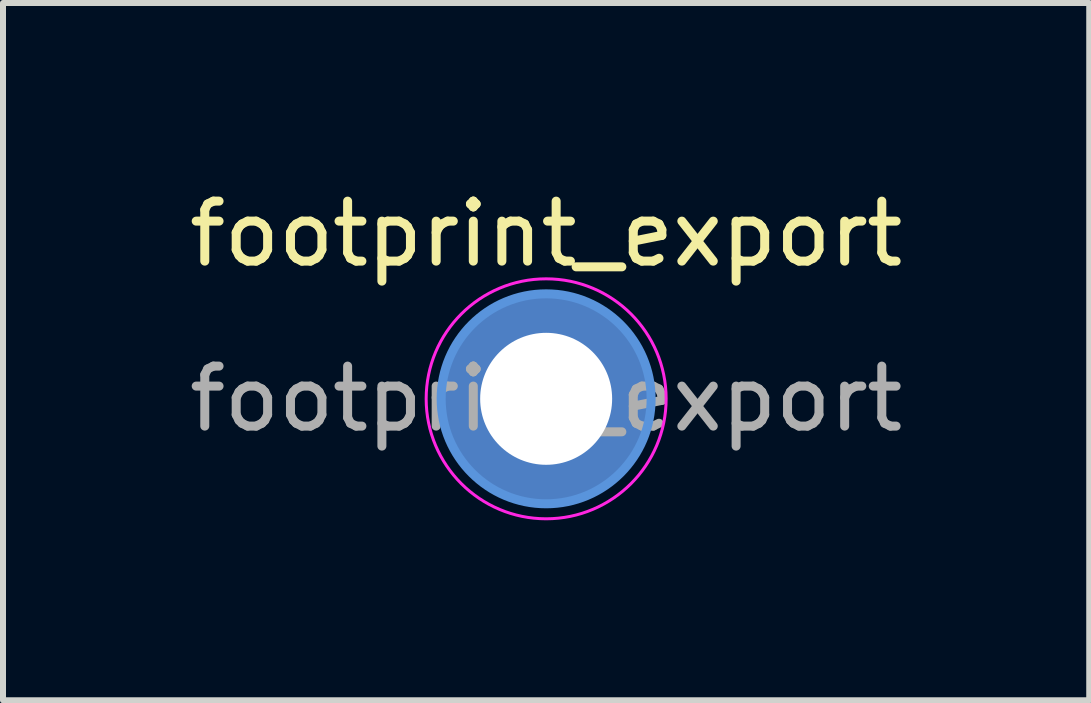
<source format=kicad_pcb>
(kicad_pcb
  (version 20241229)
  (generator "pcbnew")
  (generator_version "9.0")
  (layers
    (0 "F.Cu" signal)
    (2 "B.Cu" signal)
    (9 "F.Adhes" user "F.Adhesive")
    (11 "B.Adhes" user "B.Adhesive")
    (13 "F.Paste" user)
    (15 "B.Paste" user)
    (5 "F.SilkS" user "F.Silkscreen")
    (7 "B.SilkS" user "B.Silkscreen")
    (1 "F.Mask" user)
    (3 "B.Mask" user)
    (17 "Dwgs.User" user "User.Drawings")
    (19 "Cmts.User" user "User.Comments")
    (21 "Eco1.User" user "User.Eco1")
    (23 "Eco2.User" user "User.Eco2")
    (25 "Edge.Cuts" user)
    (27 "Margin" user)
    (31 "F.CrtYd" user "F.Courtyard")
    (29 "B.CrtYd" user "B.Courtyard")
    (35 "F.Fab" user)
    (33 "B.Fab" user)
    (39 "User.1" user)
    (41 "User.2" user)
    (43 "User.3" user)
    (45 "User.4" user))
  (footprint "footprint_export"
    (layer "F.Cu")
    (at 6.054 3.598)
    (property "Reference" "footprint_export" (at 0 -2.75 0) (layer "F.SilkS") (effects (font (size 1 1) (thickness 0.15))))
    (attr exclude_from_pos_files exclude_from_bom)
    (fp_circle (center 0 0) (end 1.75 0) (stroke (width 0.15) (type solid)) (fill no) (layer "Cmts.User"))
    (fp_circle (center 0 0) (end 2 0) (stroke (width 0.05) (type solid)) (fill no) (layer "F.CrtYd"))
    (fp_text user "${REFERENCE}" (at 0 0 0) (layer "F.Fab") (effects (font (size 1 1) (thickness 0.15))))
    (pad "1" thru_hole circle (at 0 0) (size 2.6 2.6) (drill 2.2) (layers "*.Cu" "*.Mask"))
    (pad "1" connect circle (at 0 0) (size 3.5 3.5) (layers "F.Cu" "F.Mask"))
    (pad "1" connect circle (at 0 0) (size 3.5 3.5) (layers "B.Cu" "B.Mask")))
  (gr_rect
    (start -3 -3)
    (end 15.107 8.623)
    (stroke (width 0.1) (type default))
    (fill no)
    (layer "Edge.Cuts")))
</source>
